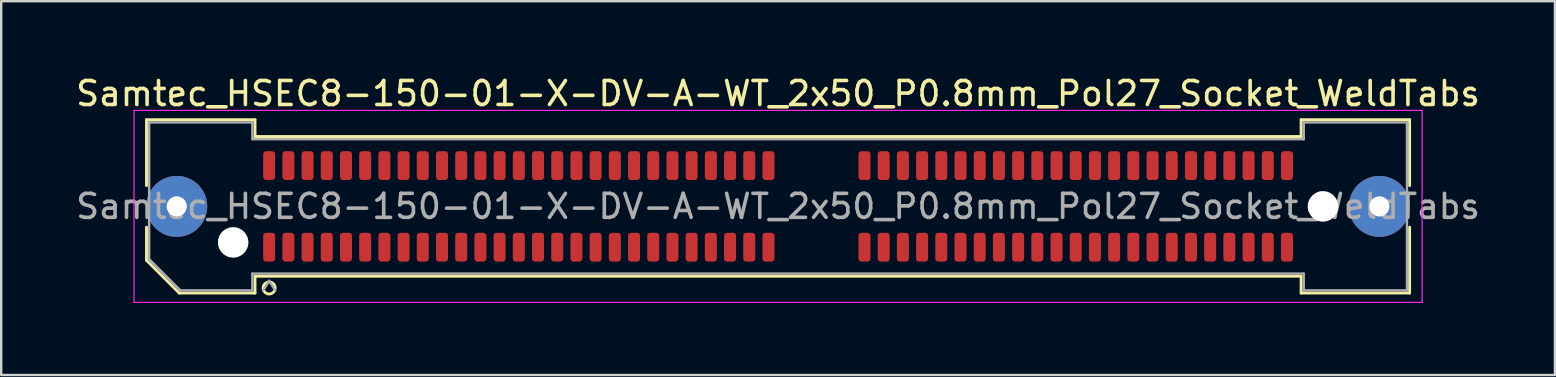
<source format=kicad_pcb>
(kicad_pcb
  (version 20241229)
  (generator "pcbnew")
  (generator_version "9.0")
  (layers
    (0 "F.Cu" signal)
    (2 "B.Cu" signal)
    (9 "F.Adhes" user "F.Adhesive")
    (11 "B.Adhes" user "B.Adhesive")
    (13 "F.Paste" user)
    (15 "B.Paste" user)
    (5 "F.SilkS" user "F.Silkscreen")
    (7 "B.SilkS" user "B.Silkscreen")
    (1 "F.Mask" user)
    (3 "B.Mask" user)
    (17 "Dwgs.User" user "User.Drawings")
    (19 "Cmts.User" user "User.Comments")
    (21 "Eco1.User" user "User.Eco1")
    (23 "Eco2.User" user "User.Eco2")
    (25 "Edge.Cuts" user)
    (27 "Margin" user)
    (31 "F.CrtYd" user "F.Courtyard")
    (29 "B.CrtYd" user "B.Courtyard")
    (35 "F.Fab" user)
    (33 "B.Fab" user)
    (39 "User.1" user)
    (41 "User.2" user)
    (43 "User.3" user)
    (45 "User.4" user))
  (footprint "Samtec_HSEC8-150-01-X-DV-A-WT_2x50_P0.8mm_Pol27_Socket_WeldTabs"
    (layer "F.Cu")
    (at 29.363 5.548)
    (property "Reference" "Samtec_HSEC8-150-01-X-DV-A-WT_2x50_P0.8mm_Pol27_Socket_WeldTabs" (at 0 -4.7 0) (layer "F.SilkS") (effects (font (size 1 1) (thickness 0.15))))
    (attr smd)
    (fp_line (start -26.31 -3.61) (end -21.79 -3.61) (stroke (width 0.12) (type solid)) (layer "F.SilkS"))
    (fp_line (start -26.31 -0.868) (end -26.31 -3.61) (stroke (width 0.12) (type solid)) (layer "F.SilkS"))
    (fp_line (start -26.31 2.246) (end -26.31 0.868) (stroke (width 0.12) (type solid)) (layer "F.SilkS"))
    (fp_line (start -24.946 3.61) (end -26.31 2.246) (stroke (width 0.12) (type solid)) (layer "F.SilkS"))
    (fp_line (start -21.79 -3.61) (end -21.79 -2.91) (stroke (width 0.12) (type solid)) (layer "F.SilkS"))
    (fp_line (start -21.79 -2.91) (end 21.79 -2.91) (stroke (width 0.12) (type solid)) (layer "F.SilkS"))
    (fp_line (start -21.79 2.91) (end -21.79 3.61) (stroke (width 0.12) (type solid)) (layer "F.SilkS"))
    (fp_line (start -21.79 3.61) (end -24.946 3.61) (stroke (width 0.12) (type solid)) (layer "F.SilkS"))
    (fp_line (start 21.79 -3.61) (end 26.31 -3.61) (stroke (width 0.12) (type solid)) (layer "F.SilkS"))
    (fp_line (start 21.79 -2.91) (end 21.79 -3.61) (stroke (width 0.12) (type solid)) (layer "F.SilkS"))
    (fp_line (start 21.79 2.91) (end -21.79 2.91) (stroke (width 0.12) (type solid)) (layer "F.SilkS"))
    (fp_line (start 21.79 3.61) (end 21.79 2.91) (stroke (width 0.12) (type solid)) (layer "F.SilkS"))
    (fp_line (start 26.31 -3.61) (end 26.31 -0.868) (stroke (width 0.12) (type solid)) (layer "F.SilkS"))
    (fp_line (start 26.31 0.868) (end 26.31 3.61) (stroke (width 0.12) (type solid)) (layer "F.SilkS"))
    (fp_line (start 26.31 3.61) (end 21.79 3.61) (stroke (width 0.12) (type solid)) (layer "F.SilkS"))
    (fp_arc (start -20.95 3.4) (mid -21.45 3.4) (end -20.95 3.4) (stroke (width 0.12) (type solid)) (layer "F.SilkS"))
    (fp_line (start -26.83 -4) (end -26.83 4) (stroke (width 0.05) (type solid)) (layer "F.CrtYd"))
    (fp_line (start -26.83 4) (end 26.83 4) (stroke (width 0.05) (type solid)) (layer "F.CrtYd"))
    (fp_line (start 26.83 -4) (end -26.83 -4) (stroke (width 0.05) (type solid)) (layer "F.CrtYd"))
    (fp_line (start 26.83 4) (end 26.83 -4) (stroke (width 0.05) (type solid)) (layer "F.CrtYd"))
    (fp_line (start -26.2 -3.5) (end -21.9 -3.5) (stroke (width 0.1) (type solid)) (layer "F.Fab"))
    (fp_line (start -26.2 2.2) (end -26.2 -3.5) (stroke (width 0.1) (type solid)) (layer "F.Fab"))
    (fp_line (start -24.9 3.5) (end -26.2 2.2) (stroke (width 0.1) (type solid)) (layer "F.Fab"))
    (fp_line (start -21.9 -3.5) (end -21.9 -2.8) (stroke (width 0.1) (type solid)) (layer "F.Fab"))
    (fp_line (start -21.9 -2.8) (end 21.9 -2.8) (stroke (width 0.1) (type solid)) (layer "F.Fab"))
    (fp_line (start -21.9 2.8) (end -21.9 3.5) (stroke (width 0.1) (type solid)) (layer "F.Fab"))
    (fp_line (start -21.9 3.5) (end -24.9 3.5) (stroke (width 0.1) (type solid)) (layer "F.Fab"))
    (fp_line (start -21.2 3.1) (end -21.45 3.5) (stroke (width 0.1) (type solid)) (layer "F.Fab"))
    (fp_line (start -21.2 3.1) (end -20.95 3.5) (stroke (width 0.1) (type solid)) (layer "F.Fab"))
    (fp_line (start 21.9 -3.5) (end 26.2 -3.5) (stroke (width 0.1) (type solid)) (layer "F.Fab"))
    (fp_line (start 21.9 -2.8) (end 21.9 -3.5) (stroke (width 0.1) (type solid)) (layer "F.Fab"))
    (fp_line (start 21.9 2.8) (end -21.9 2.8) (stroke (width 0.1) (type solid)) (layer "F.Fab"))
    (fp_line (start 21.9 3.5) (end 21.9 2.8) (stroke (width 0.1) (type solid)) (layer "F.Fab"))
    (fp_line (start 26.2 -3.5) (end 26.2 3.5) (stroke (width 0.1) (type solid)) (layer "F.Fab"))
    (fp_line (start 26.2 3.5) (end 21.9 3.5) (stroke (width 0.1) (type solid)) (layer "F.Fab"))
    (fp_text user "${REFERENCE}" (at 0 0 0) (layer "F.Fab") (effects (font (size 1 1) (thickness 0.15))))
    (pad "" thru_hole circle (at -25.05 0) (size 2.54 2.54) (drill 0.84) (layers "*.Cu" "*.Mask" "F.Paste"))
    (pad "" np_thru_hole circle (at -22.7 1.5) (size 1.27 1.27) (drill 1.27) (layers "*.Cu" "*.Mask"))
    (pad "" np_thru_hole circle (at 22.7 0) (size 1.27 1.27) (drill 1.27) (layers "*.Cu" "*.Mask"))
    (pad "" thru_hole circle (at 25.05 0) (size 2.54 2.54) (drill 0.84) (layers "*.Cu" "*.Mask" "F.Paste"))
    (pad "1" smd roundrect (at -21.2 1.7) (size 0.5 1.2) (layers "F.Cu" "F.Mask" "F.Paste") (roundrect_rratio 0.25))
    (pad "2" smd roundrect (at -21.2 -1.7) (size 0.5 1.2) (layers "F.Cu" "F.Mask" "F.Paste") (roundrect_rratio 0.25))
    (pad "3" smd roundrect (at -20.4 1.7) (size 0.5 1.2) (layers "F.Cu" "F.Mask" "F.Paste") (roundrect_rratio 0.25))
    (pad "4" smd roundrect (at -20.4 -1.7) (size 0.5 1.2) (layers "F.Cu" "F.Mask" "F.Paste") (roundrect_rratio 0.25))
    (pad "5" smd roundrect (at -19.6 1.7) (size 0.5 1.2) (layers "F.Cu" "F.Mask" "F.Paste") (roundrect_rratio 0.25))
    (pad "6" smd roundrect (at -19.6 -1.7) (size 0.5 1.2) (layers "F.Cu" "F.Mask" "F.Paste") (roundrect_rratio 0.25))
    (pad "7" smd roundrect (at -18.8 1.7) (size 0.5 1.2) (layers "F.Cu" "F.Mask" "F.Paste") (roundrect_rratio 0.25))
    (pad "8" smd roundrect (at -18.8 -1.7) (size 0.5 1.2) (layers "F.Cu" "F.Mask" "F.Paste") (roundrect_rratio 0.25))
    (pad "9" smd roundrect (at -18 1.7) (size 0.5 1.2) (layers "F.Cu" "F.Mask" "F.Paste") (roundrect_rratio 0.25))
    (pad "10" smd roundrect (at -18 -1.7) (size 0.5 1.2) (layers "F.Cu" "F.Mask" "F.Paste") (roundrect_rratio 0.25))
    (pad "11" smd roundrect (at -17.2 1.7) (size 0.5 1.2) (layers "F.Cu" "F.Mask" "F.Paste") (roundrect_rratio 0.25))
    (pad "12" smd roundrect (at -17.2 -1.7) (size 0.5 1.2) (layers "F.Cu" "F.Mask" "F.Paste") (roundrect_rratio 0.25))
    (pad "13" smd roundrect (at -16.4 1.7) (size 0.5 1.2) (layers "F.Cu" "F.Mask" "F.Paste") (roundrect_rratio 0.25))
    (pad "14" smd roundrect (at -16.4 -1.7) (size 0.5 1.2) (layers "F.Cu" "F.Mask" "F.Paste") (roundrect_rratio 0.25))
    (pad "15" smd roundrect (at -15.6 1.7) (size 0.5 1.2) (layers "F.Cu" "F.Mask" "F.Paste") (roundrect_rratio 0.25))
    (pad "16" smd roundrect (at -15.6 -1.7) (size 0.5 1.2) (layers "F.Cu" "F.Mask" "F.Paste") (roundrect_rratio 0.25))
    (pad "17" smd roundrect (at -14.8 1.7) (size 0.5 1.2) (layers "F.Cu" "F.Mask" "F.Paste") (roundrect_rratio 0.25))
    (pad "18" smd roundrect (at -14.8 -1.7) (size 0.5 1.2) (layers "F.Cu" "F.Mask" "F.Paste") (roundrect_rratio 0.25))
    (pad "19" smd roundrect (at -14 1.7) (size 0.5 1.2) (layers "F.Cu" "F.Mask" "F.Paste") (roundrect_rratio 0.25))
    (pad "20" smd roundrect (at -14 -1.7) (size 0.5 1.2) (layers "F.Cu" "F.Mask" "F.Paste") (roundrect_rratio 0.25))
    (pad "21" smd roundrect (at -13.2 1.7) (size 0.5 1.2) (layers "F.Cu" "F.Mask" "F.Paste") (roundrect_rratio 0.25))
    (pad "22" smd roundrect (at -13.2 -1.7) (size 0.5 1.2) (layers "F.Cu" "F.Mask" "F.Paste") (roundrect_rratio 0.25))
    (pad "23" smd roundrect (at -12.4 1.7) (size 0.5 1.2) (layers "F.Cu" "F.Mask" "F.Paste") (roundrect_rratio 0.25))
    (pad "24" smd roundrect (at -12.4 -1.7) (size 0.5 1.2) (layers "F.Cu" "F.Mask" "F.Paste") (roundrect_rratio 0.25))
    (pad "25" smd roundrect (at -11.6 1.7) (size 0.5 1.2) (layers "F.Cu" "F.Mask" "F.Paste") (roundrect_rratio 0.25))
    (pad "26" smd roundrect (at -11.6 -1.7) (size 0.5 1.2) (layers "F.Cu" "F.Mask" "F.Paste") (roundrect_rratio 0.25))
    (pad "27" smd roundrect (at -10.8 1.7) (size 0.5 1.2) (layers "F.Cu" "F.Mask" "F.Paste") (roundrect_rratio 0.25))
    (pad "28" smd roundrect (at -10.8 -1.7) (size 0.5 1.2) (layers "F.Cu" "F.Mask" "F.Paste") (roundrect_rratio 0.25))
    (pad "29" smd roundrect (at -10 1.7) (size 0.5 1.2) (layers "F.Cu" "F.Mask" "F.Paste") (roundrect_rratio 0.25))
    (pad "30" smd roundrect (at -10 -1.7) (size 0.5 1.2) (layers "F.Cu" "F.Mask" "F.Paste") (roundrect_rratio 0.25))
    (pad "31" smd roundrect (at -9.2 1.7) (size 0.5 1.2) (layers "F.Cu" "F.Mask" "F.Paste") (roundrect_rratio 0.25))
    (pad "32" smd roundrect (at -9.2 -1.7) (size 0.5 1.2) (layers "F.Cu" "F.Mask" "F.Paste") (roundrect_rratio 0.25))
    (pad "33" smd roundrect (at -8.4 1.7) (size 0.5 1.2) (layers "F.Cu" "F.Mask" "F.Paste") (roundrect_rratio 0.25))
    (pad "34" smd roundrect (at -8.4 -1.7) (size 0.5 1.2) (layers "F.Cu" "F.Mask" "F.Paste") (roundrect_rratio 0.25))
    (pad "35" smd roundrect (at -7.6 1.7) (size 0.5 1.2) (layers "F.Cu" "F.Mask" "F.Paste") (roundrect_rratio 0.25))
    (pad "36" smd roundrect (at -7.6 -1.7) (size 0.5 1.2) (layers "F.Cu" "F.Mask" "F.Paste") (roundrect_rratio 0.25))
    (pad "37" smd roundrect (at -6.8 1.7) (size 0.5 1.2) (layers "F.Cu" "F.Mask" "F.Paste") (roundrect_rratio 0.25))
    (pad "38" smd roundrect (at -6.8 -1.7) (size 0.5 1.2) (layers "F.Cu" "F.Mask" "F.Paste") (roundrect_rratio 0.25))
    (pad "39" smd roundrect (at -6 1.7) (size 0.5 1.2) (layers "F.Cu" "F.Mask" "F.Paste") (roundrect_rratio 0.25))
    (pad "40" smd roundrect (at -6 -1.7) (size 0.5 1.2) (layers "F.Cu" "F.Mask" "F.Paste") (roundrect_rratio 0.25))
    (pad "41" smd roundrect (at -5.2 1.7) (size 0.5 1.2) (layers "F.Cu" "F.Mask" "F.Paste") (roundrect_rratio 0.25))
    (pad "42" smd roundrect (at -5.2 -1.7) (size 0.5 1.2) (layers "F.Cu" "F.Mask" "F.Paste") (roundrect_rratio 0.25))
    (pad "43" smd roundrect (at -4.4 1.7) (size 0.5 1.2) (layers "F.Cu" "F.Mask" "F.Paste") (roundrect_rratio 0.25))
    (pad "44" smd roundrect (at -4.4 -1.7) (size 0.5 1.2) (layers "F.Cu" "F.Mask" "F.Paste") (roundrect_rratio 0.25))
    (pad "45" smd roundrect (at -3.6 1.7) (size 0.5 1.2) (layers "F.Cu" "F.Mask" "F.Paste") (roundrect_rratio 0.25))
    (pad "46" smd roundrect (at -3.6 -1.7) (size 0.5 1.2) (layers "F.Cu" "F.Mask" "F.Paste") (roundrect_rratio 0.25))
    (pad "47" smd roundrect (at -2.8 1.7) (size 0.5 1.2) (layers "F.Cu" "F.Mask" "F.Paste") (roundrect_rratio 0.25))
    (pad "48" smd roundrect (at -2.8 -1.7) (size 0.5 1.2) (layers "F.Cu" "F.Mask" "F.Paste") (roundrect_rratio 0.25))
    (pad "49" smd roundrect (at -2 1.7) (size 0.5 1.2) (layers "F.Cu" "F.Mask" "F.Paste") (roundrect_rratio 0.25))
    (pad "50" smd roundrect (at -2 -1.7) (size 0.5 1.2) (layers "F.Cu" "F.Mask" "F.Paste") (roundrect_rratio 0.25))
    (pad "51" smd roundrect (at -1.2 1.7) (size 0.5 1.2) (layers "F.Cu" "F.Mask" "F.Paste") (roundrect_rratio 0.25))
    (pad "52" smd roundrect (at -1.2 -1.7) (size 0.5 1.2) (layers "F.Cu" "F.Mask" "F.Paste") (roundrect_rratio 0.25))
    (pad "53" smd roundrect (at -0.4 1.7) (size 0.5 1.2) (layers "F.Cu" "F.Mask" "F.Paste") (roundrect_rratio 0.25))
    (pad "54" smd roundrect (at -0.4 -1.7) (size 0.5 1.2) (layers "F.Cu" "F.Mask" "F.Paste") (roundrect_rratio 0.25))
    (pad "55" smd roundrect (at 3.6 1.7) (size 0.5 1.2) (layers "F.Cu" "F.Mask" "F.Paste") (roundrect_rratio 0.25))
    (pad "56" smd roundrect (at 3.6 -1.7) (size 0.5 1.2) (layers "F.Cu" "F.Mask" "F.Paste") (roundrect_rratio 0.25))
    (pad "57" smd roundrect (at 4.4 1.7) (size 0.5 1.2) (layers "F.Cu" "F.Mask" "F.Paste") (roundrect_rratio 0.25))
    (pad "58" smd roundrect (at 4.4 -1.7) (size 0.5 1.2) (layers "F.Cu" "F.Mask" "F.Paste") (roundrect_rratio 0.25))
    (pad "59" smd roundrect (at 5.2 1.7) (size 0.5 1.2) (layers "F.Cu" "F.Mask" "F.Paste") (roundrect_rratio 0.25))
    (pad "60" smd roundrect (at 5.2 -1.7) (size 0.5 1.2) (layers "F.Cu" "F.Mask" "F.Paste") (roundrect_rratio 0.25))
    (pad "61" smd roundrect (at 6 1.7) (size 0.5 1.2) (layers "F.Cu" "F.Mask" "F.Paste") (roundrect_rratio 0.25))
    (pad "62" smd roundrect (at 6 -1.7) (size 0.5 1.2) (layers "F.Cu" "F.Mask" "F.Paste") (roundrect_rratio 0.25))
    (pad "63" smd roundrect (at 6.8 1.7) (size 0.5 1.2) (layers "F.Cu" "F.Mask" "F.Paste") (roundrect_rratio 0.25))
    (pad "64" smd roundrect (at 6.8 -1.7) (size 0.5 1.2) (layers "F.Cu" "F.Mask" "F.Paste") (roundrect_rratio 0.25))
    (pad "65" smd roundrect (at 7.6 1.7) (size 0.5 1.2) (layers "F.Cu" "F.Mask" "F.Paste") (roundrect_rratio 0.25))
    (pad "66" smd roundrect (at 7.6 -1.7) (size 0.5 1.2) (layers "F.Cu" "F.Mask" "F.Paste") (roundrect_rratio 0.25))
    (pad "67" smd roundrect (at 8.4 1.7) (size 0.5 1.2) (layers "F.Cu" "F.Mask" "F.Paste") (roundrect_rratio 0.25))
    (pad "68" smd roundrect (at 8.4 -1.7) (size 0.5 1.2) (layers "F.Cu" "F.Mask" "F.Paste") (roundrect_rratio 0.25))
    (pad "69" smd roundrect (at 9.2 1.7) (size 0.5 1.2) (layers "F.Cu" "F.Mask" "F.Paste") (roundrect_rratio 0.25))
    (pad "70" smd roundrect (at 9.2 -1.7) (size 0.5 1.2) (layers "F.Cu" "F.Mask" "F.Paste") (roundrect_rratio 0.25))
    (pad "71" smd roundrect (at 10 1.7) (size 0.5 1.2) (layers "F.Cu" "F.Mask" "F.Paste") (roundrect_rratio 0.25))
    (pad "72" smd roundrect (at 10 -1.7) (size 0.5 1.2) (layers "F.Cu" "F.Mask" "F.Paste") (roundrect_rratio 0.25))
    (pad "73" smd roundrect (at 10.8 1.7) (size 0.5 1.2) (layers "F.Cu" "F.Mask" "F.Paste") (roundrect_rratio 0.25))
    (pad "74" smd roundrect (at 10.8 -1.7) (size 0.5 1.2) (layers "F.Cu" "F.Mask" "F.Paste") (roundrect_rratio 0.25))
    (pad "75" smd roundrect (at 11.6 1.7) (size 0.5 1.2) (layers "F.Cu" "F.Mask" "F.Paste") (roundrect_rratio 0.25))
    (pad "76" smd roundrect (at 11.6 -1.7) (size 0.5 1.2) (layers "F.Cu" "F.Mask" "F.Paste") (roundrect_rratio 0.25))
    (pad "77" smd roundrect (at 12.4 1.7) (size 0.5 1.2) (layers "F.Cu" "F.Mask" "F.Paste") (roundrect_rratio 0.25))
    (pad "78" smd roundrect (at 12.4 -1.7) (size 0.5 1.2) (layers "F.Cu" "F.Mask" "F.Paste") (roundrect_rratio 0.25))
    (pad "79" smd roundrect (at 13.2 1.7) (size 0.5 1.2) (layers "F.Cu" "F.Mask" "F.Paste") (roundrect_rratio 0.25))
    (pad "80" smd roundrect (at 13.2 -1.7) (size 0.5 1.2) (layers "F.Cu" "F.Mask" "F.Paste") (roundrect_rratio 0.25))
    (pad "81" smd roundrect (at 14 1.7) (size 0.5 1.2) (layers "F.Cu" "F.Mask" "F.Paste") (roundrect_rratio 0.25))
    (pad "82" smd roundrect (at 14 -1.7) (size 0.5 1.2) (layers "F.Cu" "F.Mask" "F.Paste") (roundrect_rratio 0.25))
    (pad "83" smd roundrect (at 14.8 1.7) (size 0.5 1.2) (layers "F.Cu" "F.Mask" "F.Paste") (roundrect_rratio 0.25))
    (pad "84" smd roundrect (at 14.8 -1.7) (size 0.5 1.2) (layers "F.Cu" "F.Mask" "F.Paste") (roundrect_rratio 0.25))
    (pad "85" smd roundrect (at 15.6 1.7) (size 0.5 1.2) (layers "F.Cu" "F.Mask" "F.Paste") (roundrect_rratio 0.25))
    (pad "86" smd roundrect (at 15.6 -1.7) (size 0.5 1.2) (layers "F.Cu" "F.Mask" "F.Paste") (roundrect_rratio 0.25))
    (pad "87" smd roundrect (at 16.4 1.7) (size 0.5 1.2) (layers "F.Cu" "F.Mask" "F.Paste") (roundrect_rratio 0.25))
    (pad "88" smd roundrect (at 16.4 -1.7) (size 0.5 1.2) (layers "F.Cu" "F.Mask" "F.Paste") (roundrect_rratio 0.25))
    (pad "89" smd roundrect (at 17.2 1.7) (size 0.5 1.2) (layers "F.Cu" "F.Mask" "F.Paste") (roundrect_rratio 0.25))
    (pad "90" smd roundrect (at 17.2 -1.7) (size 0.5 1.2) (layers "F.Cu" "F.Mask" "F.Paste") (roundrect_rratio 0.25))
    (pad "91" smd roundrect (at 18 1.7) (size 0.5 1.2) (layers "F.Cu" "F.Mask" "F.Paste") (roundrect_rratio 0.25))
    (pad "92" smd roundrect (at 18 -1.7) (size 0.5 1.2) (layers "F.Cu" "F.Mask" "F.Paste") (roundrect_rratio 0.25))
    (pad "93" smd roundrect (at 18.8 1.7) (size 0.5 1.2) (layers "F.Cu" "F.Mask" "F.Paste") (roundrect_rratio 0.25))
    (pad "94" smd roundrect (at 18.8 -1.7) (size 0.5 1.2) (layers "F.Cu" "F.Mask" "F.Paste") (roundrect_rratio 0.25))
    (pad "95" smd roundrect (at 19.6 1.7) (size 0.5 1.2) (layers "F.Cu" "F.Mask" "F.Paste") (roundrect_rratio 0.25))
    (pad "96" smd roundrect (at 19.6 -1.7) (size 0.5 1.2) (layers "F.Cu" "F.Mask" "F.Paste") (roundrect_rratio 0.25))
    (pad "97" smd roundrect (at 20.4 1.7) (size 0.5 1.2) (layers "F.Cu" "F.Mask" "F.Paste") (roundrect_rratio 0.25))
    (pad "98" smd roundrect (at 20.4 -1.7) (size 0.5 1.2) (layers "F.Cu" "F.Mask" "F.Paste") (roundrect_rratio 0.25))
    (pad "99" smd roundrect (at 21.2 1.7) (size 0.5 1.2) (layers "F.Cu" "F.Mask" "F.Paste") (roundrect_rratio 0.25))
    (pad "100" smd roundrect (at 21.2 -1.7) (size 0.5 1.2) (layers "F.Cu" "F.Mask" "F.Paste") (roundrect_rratio 0.25)))
  (gr_rect
    (start -3 -3)
    (end 61.726 12.573)
    (stroke (width 0.1) (type default))
    (fill no)
    (layer "Edge.Cuts")))
</source>
